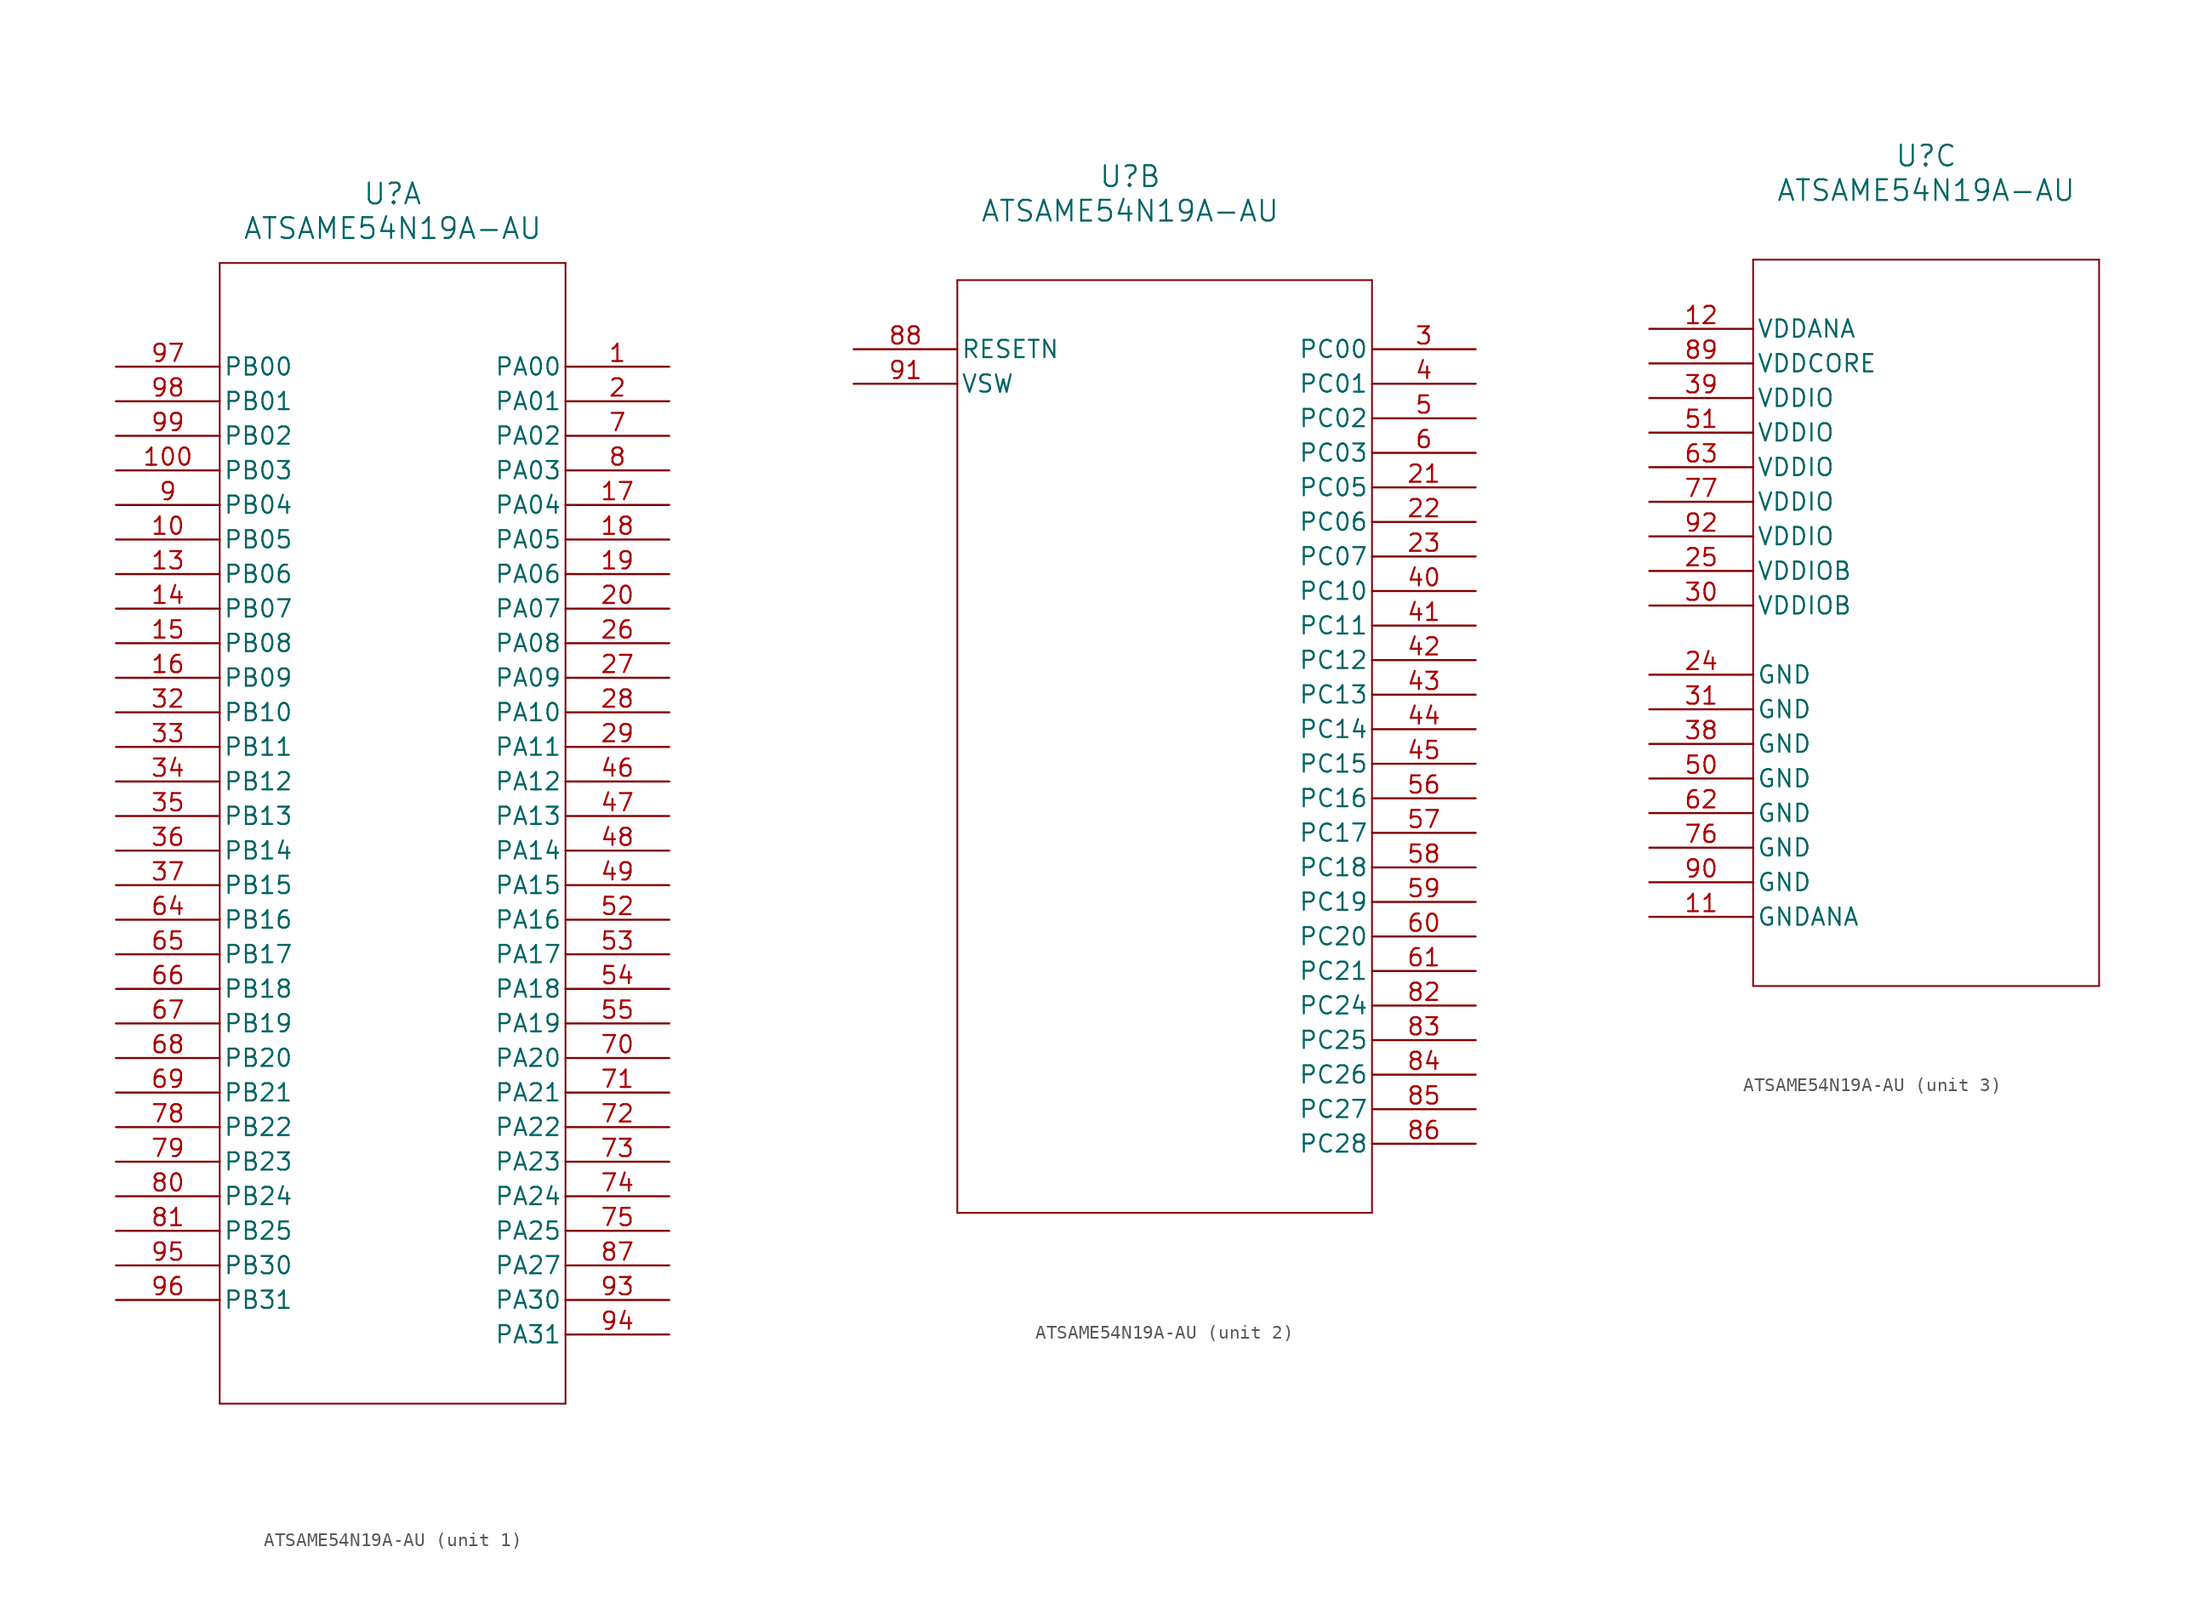
<source format=kicad_sym>
(kicad_symbol_lib
  (version 20231120)
  (generator "kicad_symbol_editor")
  (generator_version "8.0")
  (symbol "ATSAME54N19A-AU"
    (pin_names
      (offset 0.254))
    (property "Reference" "U"
      (at 20.32 12.7 0)
      (effects (font (size 1.524 1.524))))
    (property "Value" "ATSAME54N19A-AU"
      (at 20.32 10.16 0)
      (effects (font (size 1.524 1.524))))
    (property "ki_locked" ""
      (at 0 0 0)
      (effects (font (size 1.27 1.27))))
    (symbol "ATSAME54N19A-AU_1_1"
      (polyline (pts (xy 7.62 -76.2) (xy 33.02 -76.2)) (stroke (width 0.127) (type default)) (fill (type none)))
      (polyline (pts (xy 7.62 7.62) (xy 7.62 -76.2)) (stroke (width 0.127) (type default)) (fill (type none)))
      (polyline (pts (xy 33.02 -76.2) (xy 33.02 7.62)) (stroke (width 0.127) (type default)) (fill (type none)))
      (polyline (pts (xy 33.02 7.62) (xy 7.62 7.62)) (stroke (width 0.127) (type default)) (fill (type none)))
      (pin bidirectional line (at 40.64 0 180) (length 7.62) (name "PA00" (effects (font (size 1.27 1.27)))) (number "1" (effects (font (size 1.27 1.27)))))
      (pin bidirectional line (at 0 -12.7 0) (length 7.62) (name "PB05" (effects (font (size 1.27 1.27)))) (number "10" (effects (font (size 1.27 1.27)))))
      (pin bidirectional line (at 0 -7.62 0) (length 7.62) (name "PB03" (effects (font (size 1.27 1.27)))) (number "100" (effects (font (size 1.27 1.27)))))
      (pin bidirectional line (at 0 -15.24 0) (length 7.62) (name "PB06" (effects (font (size 1.27 1.27)))) (number "13" (effects (font (size 1.27 1.27)))))
      (pin bidirectional line (at 0 -17.78 0) (length 7.62) (name "PB07" (effects (font (size 1.27 1.27)))) (number "14" (effects (font (size 1.27 1.27)))))
      (pin bidirectional line (at 0 -20.32 0) (length 7.62) (name "PB08" (effects (font (size 1.27 1.27)))) (number "15" (effects (font (size 1.27 1.27)))))
      (pin bidirectional line (at 0 -22.86 0) (length 7.62) (name "PB09" (effects (font (size 1.27 1.27)))) (number "16" (effects (font (size 1.27 1.27)))))
      (pin bidirectional line (at 40.64 -10.16 180) (length 7.62) (name "PA04" (effects (font (size 1.27 1.27)))) (number "17" (effects (font (size 1.27 1.27)))))
      (pin bidirectional line (at 40.64 -12.7 180) (length 7.62) (name "PA05" (effects (font (size 1.27 1.27)))) (number "18" (effects (font (size 1.27 1.27)))))
      (pin bidirectional line (at 40.64 -15.24 180) (length 7.62) (name "PA06" (effects (font (size 1.27 1.27)))) (number "19" (effects (font (size 1.27 1.27)))))
      (pin bidirectional line (at 40.64 -2.54 180) (length 7.62) (name "PA01" (effects (font (size 1.27 1.27)))) (number "2" (effects (font (size 1.27 1.27)))))
      (pin bidirectional line (at 40.64 -17.78 180) (length 7.62) (name "PA07" (effects (font (size 1.27 1.27)))) (number "20" (effects (font (size 1.27 1.27)))))
      (pin bidirectional line (at 40.64 -20.32 180) (length 7.62) (name "PA08" (effects (font (size 1.27 1.27)))) (number "26" (effects (font (size 1.27 1.27)))))
      (pin bidirectional line (at 40.64 -22.86 180) (length 7.62) (name "PA09" (effects (font (size 1.27 1.27)))) (number "27" (effects (font (size 1.27 1.27)))))
      (pin bidirectional line (at 40.64 -25.4 180) (length 7.62) (name "PA10" (effects (font (size 1.27 1.27)))) (number "28" (effects (font (size 1.27 1.27)))))
      (pin bidirectional line (at 40.64 -27.94 180) (length 7.62) (name "PA11" (effects (font (size 1.27 1.27)))) (number "29" (effects (font (size 1.27 1.27)))))
      (pin bidirectional line (at 0 -25.4 0) (length 7.62) (name "PB10" (effects (font (size 1.27 1.27)))) (number "32" (effects (font (size 1.27 1.27)))))
      (pin bidirectional line (at 0 -27.94 0) (length 7.62) (name "PB11" (effects (font (size 1.27 1.27)))) (number "33" (effects (font (size 1.27 1.27)))))
      (pin bidirectional line (at 0 -30.48 0) (length 7.62) (name "PB12" (effects (font (size 1.27 1.27)))) (number "34" (effects (font (size 1.27 1.27)))))
      (pin bidirectional line (at 0 -33.02 0) (length 7.62) (name "PB13" (effects (font (size 1.27 1.27)))) (number "35" (effects (font (size 1.27 1.27)))))
      (pin bidirectional line (at 0 -35.56 0) (length 7.62) (name "PB14" (effects (font (size 1.27 1.27)))) (number "36" (effects (font (size 1.27 1.27)))))
      (pin bidirectional line (at 0 -38.1 0) (length 7.62) (name "PB15" (effects (font (size 1.27 1.27)))) (number "37" (effects (font (size 1.27 1.27)))))
      (pin bidirectional line (at 40.64 -30.48 180) (length 7.62) (name "PA12" (effects (font (size 1.27 1.27)))) (number "46" (effects (font (size 1.27 1.27)))))
      (pin bidirectional line (at 40.64 -33.02 180) (length 7.62) (name "PA13" (effects (font (size 1.27 1.27)))) (number "47" (effects (font (size 1.27 1.27)))))
      (pin bidirectional line (at 40.64 -35.56 180) (length 7.62) (name "PA14" (effects (font (size 1.27 1.27)))) (number "48" (effects (font (size 1.27 1.27)))))
      (pin bidirectional line (at 40.64 -38.1 180) (length 7.62) (name "PA15" (effects (font (size 1.27 1.27)))) (number "49" (effects (font (size 1.27 1.27)))))
      (pin bidirectional line (at 40.64 -40.64 180) (length 7.62) (name "PA16" (effects (font (size 1.27 1.27)))) (number "52" (effects (font (size 1.27 1.27)))))
      (pin bidirectional line (at 40.64 -43.18 180) (length 7.62) (name "PA17" (effects (font (size 1.27 1.27)))) (number "53" (effects (font (size 1.27 1.27)))))
      (pin bidirectional line (at 40.64 -45.72 180) (length 7.62) (name "PA18" (effects (font (size 1.27 1.27)))) (number "54" (effects (font (size 1.27 1.27)))))
      (pin bidirectional line (at 40.64 -48.26 180) (length 7.62) (name "PA19" (effects (font (size 1.27 1.27)))) (number "55" (effects (font (size 1.27 1.27)))))
      (pin bidirectional line (at 0 -40.64 0) (length 7.62) (name "PB16" (effects (font (size 1.27 1.27)))) (number "64" (effects (font (size 1.27 1.27)))))
      (pin bidirectional line (at 0 -43.18 0) (length 7.62) (name "PB17" (effects (font (size 1.27 1.27)))) (number "65" (effects (font (size 1.27 1.27)))))
      (pin bidirectional line (at 0 -45.72 0) (length 7.62) (name "PB18" (effects (font (size 1.27 1.27)))) (number "66" (effects (font (size 1.27 1.27)))))
      (pin bidirectional line (at 0 -48.26 0) (length 7.62) (name "PB19" (effects (font (size 1.27 1.27)))) (number "67" (effects (font (size 1.27 1.27)))))
      (pin bidirectional line (at 0 -50.8 0) (length 7.62) (name "PB20" (effects (font (size 1.27 1.27)))) (number "68" (effects (font (size 1.27 1.27)))))
      (pin bidirectional line (at 0 -53.34 0) (length 7.62) (name "PB21" (effects (font (size 1.27 1.27)))) (number "69" (effects (font (size 1.27 1.27)))))
      (pin bidirectional line (at 40.64 -5.08 180) (length 7.62) (name "PA02" (effects (font (size 1.27 1.27)))) (number "7" (effects (font (size 1.27 1.27)))))
      (pin bidirectional line (at 40.64 -50.8 180) (length 7.62) (name "PA20" (effects (font (size 1.27 1.27)))) (number "70" (effects (font (size 1.27 1.27)))))
      (pin bidirectional line (at 40.64 -53.34 180) (length 7.62) (name "PA21" (effects (font (size 1.27 1.27)))) (number "71" (effects (font (size 1.27 1.27)))))
      (pin bidirectional line (at 40.64 -55.88 180) (length 7.62) (name "PA22" (effects (font (size 1.27 1.27)))) (number "72" (effects (font (size 1.27 1.27)))))
      (pin bidirectional line (at 40.64 -58.42 180) (length 7.62) (name "PA23" (effects (font (size 1.27 1.27)))) (number "73" (effects (font (size 1.27 1.27)))))
      (pin bidirectional line (at 40.64 -60.96 180) (length 7.62) (name "PA24" (effects (font (size 1.27 1.27)))) (number "74" (effects (font (size 1.27 1.27)))))
      (pin bidirectional line (at 40.64 -63.5 180) (length 7.62) (name "PA25" (effects (font (size 1.27 1.27)))) (number "75" (effects (font (size 1.27 1.27)))))
      (pin bidirectional line (at 0 -55.88 0) (length 7.62) (name "PB22" (effects (font (size 1.27 1.27)))) (number "78" (effects (font (size 1.27 1.27)))))
      (pin bidirectional line (at 0 -58.42 0) (length 7.62) (name "PB23" (effects (font (size 1.27 1.27)))) (number "79" (effects (font (size 1.27 1.27)))))
      (pin bidirectional line (at 40.64 -7.62 180) (length 7.62) (name "PA03" (effects (font (size 1.27 1.27)))) (number "8" (effects (font (size 1.27 1.27)))))
      (pin bidirectional line (at 0 -60.96 0) (length 7.62) (name "PB24" (effects (font (size 1.27 1.27)))) (number "80" (effects (font (size 1.27 1.27)))))
      (pin bidirectional line (at 0 -63.5 0) (length 7.62) (name "PB25" (effects (font (size 1.27 1.27)))) (number "81" (effects (font (size 1.27 1.27)))))
      (pin bidirectional line (at 40.64 -66.04 180) (length 7.62) (name "PA27" (effects (font (size 1.27 1.27)))) (number "87" (effects (font (size 1.27 1.27)))))
      (pin bidirectional line (at 0 -10.16 0) (length 7.62) (name "PB04" (effects (font (size 1.27 1.27)))) (number "9" (effects (font (size 1.27 1.27)))))
      (pin bidirectional line (at 40.64 -68.58 180) (length 7.62) (name "PA30" (effects (font (size 1.27 1.27)))) (number "93" (effects (font (size 1.27 1.27)))))
      (pin bidirectional line (at 40.64 -71.12 180) (length 7.62) (name "PA31" (effects (font (size 1.27 1.27)))) (number "94" (effects (font (size 1.27 1.27)))))
      (pin bidirectional line (at 0 -66.04 0) (length 7.62) (name "PB30" (effects (font (size 1.27 1.27)))) (number "95" (effects (font (size 1.27 1.27)))))
      (pin bidirectional line (at 0 -68.58 0) (length 7.62) (name "PB31" (effects (font (size 1.27 1.27)))) (number "96" (effects (font (size 1.27 1.27)))))
      (pin bidirectional line (at 0 0 0) (length 7.62) (name "PB00" (effects (font (size 1.27 1.27)))) (number "97" (effects (font (size 1.27 1.27)))))
      (pin bidirectional line (at 0 -2.54 0) (length 7.62) (name "PB01" (effects (font (size 1.27 1.27)))) (number "98" (effects (font (size 1.27 1.27)))))
      (pin bidirectional line (at 0 -5.08 0) (length 7.62) (name "PB02" (effects (font (size 1.27 1.27)))) (number "99" (effects (font (size 1.27 1.27))))))
    (symbol "ATSAME54N19A-AU_2_1"
      (polyline (pts (xy 7.62 -63.5) (xy 38.1 -63.5)) (stroke (width 0.127) (type default)) (fill (type none)))
      (polyline (pts (xy 7.62 5.08) (xy 7.62 -63.5)) (stroke (width 0.127) (type default)) (fill (type none)))
      (polyline (pts (xy 38.1 -63.5) (xy 38.1 5.08)) (stroke (width 0.127) (type default)) (fill (type none)))
      (polyline (pts (xy 38.1 5.08) (xy 7.62 5.08)) (stroke (width 0.127) (type default)) (fill (type none)))
      (pin bidirectional line (at 45.72 -10.16 180) (length 7.62) (name "PC05" (effects (font (size 1.27 1.27)))) (number "21" (effects (font (size 1.27 1.27)))))
      (pin bidirectional line (at 45.72 -12.7 180) (length 7.62) (name "PC06" (effects (font (size 1.27 1.27)))) (number "22" (effects (font (size 1.27 1.27)))))
      (pin bidirectional line (at 45.72 -15.24 180) (length 7.62) (name "PC07" (effects (font (size 1.27 1.27)))) (number "23" (effects (font (size 1.27 1.27)))))
      (pin bidirectional line (at 45.72 0 180) (length 7.62) (name "PC00" (effects (font (size 1.27 1.27)))) (number "3" (effects (font (size 1.27 1.27)))))
      (pin bidirectional line (at 45.72 -2.54 180) (length 7.62) (name "PC01" (effects (font (size 1.27 1.27)))) (number "4" (effects (font (size 1.27 1.27)))))
      (pin bidirectional line (at 45.72 -17.78 180) (length 7.62) (name "PC10" (effects (font (size 1.27 1.27)))) (number "40" (effects (font (size 1.27 1.27)))))
      (pin bidirectional line (at 45.72 -20.32 180) (length 7.62) (name "PC11" (effects (font (size 1.27 1.27)))) (number "41" (effects (font (size 1.27 1.27)))))
      (pin bidirectional line (at 45.72 -22.86 180) (length 7.62) (name "PC12" (effects (font (size 1.27 1.27)))) (number "42" (effects (font (size 1.27 1.27)))))
      (pin bidirectional line (at 45.72 -25.4 180) (length 7.62) (name "PC13" (effects (font (size 1.27 1.27)))) (number "43" (effects (font (size 1.27 1.27)))))
      (pin bidirectional line (at 45.72 -27.94 180) (length 7.62) (name "PC14" (effects (font (size 1.27 1.27)))) (number "44" (effects (font (size 1.27 1.27)))))
      (pin bidirectional line (at 45.72 -30.48 180) (length 7.62) (name "PC15" (effects (font (size 1.27 1.27)))) (number "45" (effects (font (size 1.27 1.27)))))
      (pin bidirectional line (at 45.72 -5.08 180) (length 7.62) (name "PC02" (effects (font (size 1.27 1.27)))) (number "5" (effects (font (size 1.27 1.27)))))
      (pin bidirectional line (at 45.72 -33.02 180) (length 7.62) (name "PC16" (effects (font (size 1.27 1.27)))) (number "56" (effects (font (size 1.27 1.27)))))
      (pin bidirectional line (at 45.72 -35.56 180) (length 7.62) (name "PC17" (effects (font (size 1.27 1.27)))) (number "57" (effects (font (size 1.27 1.27)))))
      (pin bidirectional line (at 45.72 -38.1 180) (length 7.62) (name "PC18" (effects (font (size 1.27 1.27)))) (number "58" (effects (font (size 1.27 1.27)))))
      (pin bidirectional line (at 45.72 -40.64 180) (length 7.62) (name "PC19" (effects (font (size 1.27 1.27)))) (number "59" (effects (font (size 1.27 1.27)))))
      (pin bidirectional line (at 45.72 -7.62 180) (length 7.62) (name "PC03" (effects (font (size 1.27 1.27)))) (number "6" (effects (font (size 1.27 1.27)))))
      (pin bidirectional line (at 45.72 -43.18 180) (length 7.62) (name "PC20" (effects (font (size 1.27 1.27)))) (number "60" (effects (font (size 1.27 1.27)))))
      (pin bidirectional line (at 45.72 -45.72 180) (length 7.62) (name "PC21" (effects (font (size 1.27 1.27)))) (number "61" (effects (font (size 1.27 1.27)))))
      (pin bidirectional line (at 45.72 -48.26 180) (length 7.62) (name "PC24" (effects (font (size 1.27 1.27)))) (number "82" (effects (font (size 1.27 1.27)))))
      (pin bidirectional line (at 45.72 -50.8 180) (length 7.62) (name "PC25" (effects (font (size 1.27 1.27)))) (number "83" (effects (font (size 1.27 1.27)))))
      (pin bidirectional line (at 45.72 -53.34 180) (length 7.62) (name "PC26" (effects (font (size 1.27 1.27)))) (number "84" (effects (font (size 1.27 1.27)))))
      (pin bidirectional line (at 45.72 -55.88 180) (length 7.62) (name "PC27" (effects (font (size 1.27 1.27)))) (number "85" (effects (font (size 1.27 1.27)))))
      (pin bidirectional line (at 45.72 -58.42 180) (length 7.62) (name "PC28" (effects (font (size 1.27 1.27)))) (number "86" (effects (font (size 1.27 1.27)))))
      (pin unspecified line (at 0 0 0) (length 7.62) (name "RESETN" (effects (font (size 1.27 1.27)))) (number "88" (effects (font (size 1.27 1.27)))))
      (pin unspecified line (at 0 -2.54 0) (length 7.62) (name "VSW" (effects (font (size 1.27 1.27)))) (number "91" (effects (font (size 1.27 1.27))))))
    (symbol "ATSAME54N19A-AU_3_1"
      (polyline (pts (xy 7.62 -48.26) (xy 33.02 -48.26)) (stroke (width 0.127) (type default)) (fill (type none)))
      (polyline (pts (xy 7.62 5.08) (xy 7.62 -48.26)) (stroke (width 0.127) (type default)) (fill (type none)))
      (polyline (pts (xy 33.02 -48.26) (xy 33.02 5.08)) (stroke (width 0.127) (type default)) (fill (type none)))
      (polyline (pts (xy 33.02 5.08) (xy 7.62 5.08)) (stroke (width 0.127) (type default)) (fill (type none)))
      (pin power_out line (at 0 -43.18 0) (length 7.62) (name "GNDANA" (effects (font (size 1.27 1.27)))) (number "11" (effects (font (size 1.27 1.27)))))
      (pin power_in line (at 0 0 0) (length 7.62) (name "VDDANA" (effects (font (size 1.27 1.27)))) (number "12" (effects (font (size 1.27 1.27)))))
      (pin power_out line (at 0 -25.4 0) (length 7.62) (name "GND" (effects (font (size 1.27 1.27)))) (number "24" (effects (font (size 1.27 1.27)))))
      (pin power_in line (at 0 -17.78 0) (length 7.62) (name "VDDIOB" (effects (font (size 1.27 1.27)))) (number "25" (effects (font (size 1.27 1.27)))))
      (pin power_in line (at 0 -20.32 0) (length 7.62) (name "VDDIOB" (effects (font (size 1.27 1.27)))) (number "30" (effects (font (size 1.27 1.27)))))
      (pin power_out line (at 0 -27.94 0) (length 7.62) (name "GND" (effects (font (size 1.27 1.27)))) (number "31" (effects (font (size 1.27 1.27)))))
      (pin power_out line (at 0 -30.48 0) (length 7.62) (name "GND" (effects (font (size 1.27 1.27)))) (number "38" (effects (font (size 1.27 1.27)))))
      (pin power_in line (at 0 -5.08 0) (length 7.62) (name "VDDIO" (effects (font (size 1.27 1.27)))) (number "39" (effects (font (size 1.27 1.27)))))
      (pin power_out line (at 0 -33.02 0) (length 7.62) (name "GND" (effects (font (size 1.27 1.27)))) (number "50" (effects (font (size 1.27 1.27)))))
      (pin power_in line (at 0 -7.62 0) (length 7.62) (name "VDDIO" (effects (font (size 1.27 1.27)))) (number "51" (effects (font (size 1.27 1.27)))))
      (pin power_out line (at 0 -35.56 0) (length 7.62) (name "GND" (effects (font (size 1.27 1.27)))) (number "62" (effects (font (size 1.27 1.27)))))
      (pin power_in line (at 0 -10.16 0) (length 7.62) (name "VDDIO" (effects (font (size 1.27 1.27)))) (number "63" (effects (font (size 1.27 1.27)))))
      (pin power_out line (at 0 -38.1 0) (length 7.62) (name "GND" (effects (font (size 1.27 1.27)))) (number "76" (effects (font (size 1.27 1.27)))))
      (pin power_in line (at 0 -12.7 0) (length 7.62) (name "VDDIO" (effects (font (size 1.27 1.27)))) (number "77" (effects (font (size 1.27 1.27)))))
      (pin power_in line (at 0 -2.54 0) (length 7.62) (name "VDDCORE" (effects (font (size 1.27 1.27)))) (number "89" (effects (font (size 1.27 1.27)))))
      (pin power_out line (at 0 -40.64 0) (length 7.62) (name "GND" (effects (font (size 1.27 1.27)))) (number "90" (effects (font (size 1.27 1.27)))))
      (pin power_in line (at 0 -15.24 0) (length 7.62) (name "VDDIO" (effects (font (size 1.27 1.27)))) (number "92" (effects (font (size 1.27 1.27))))))))
</source>
